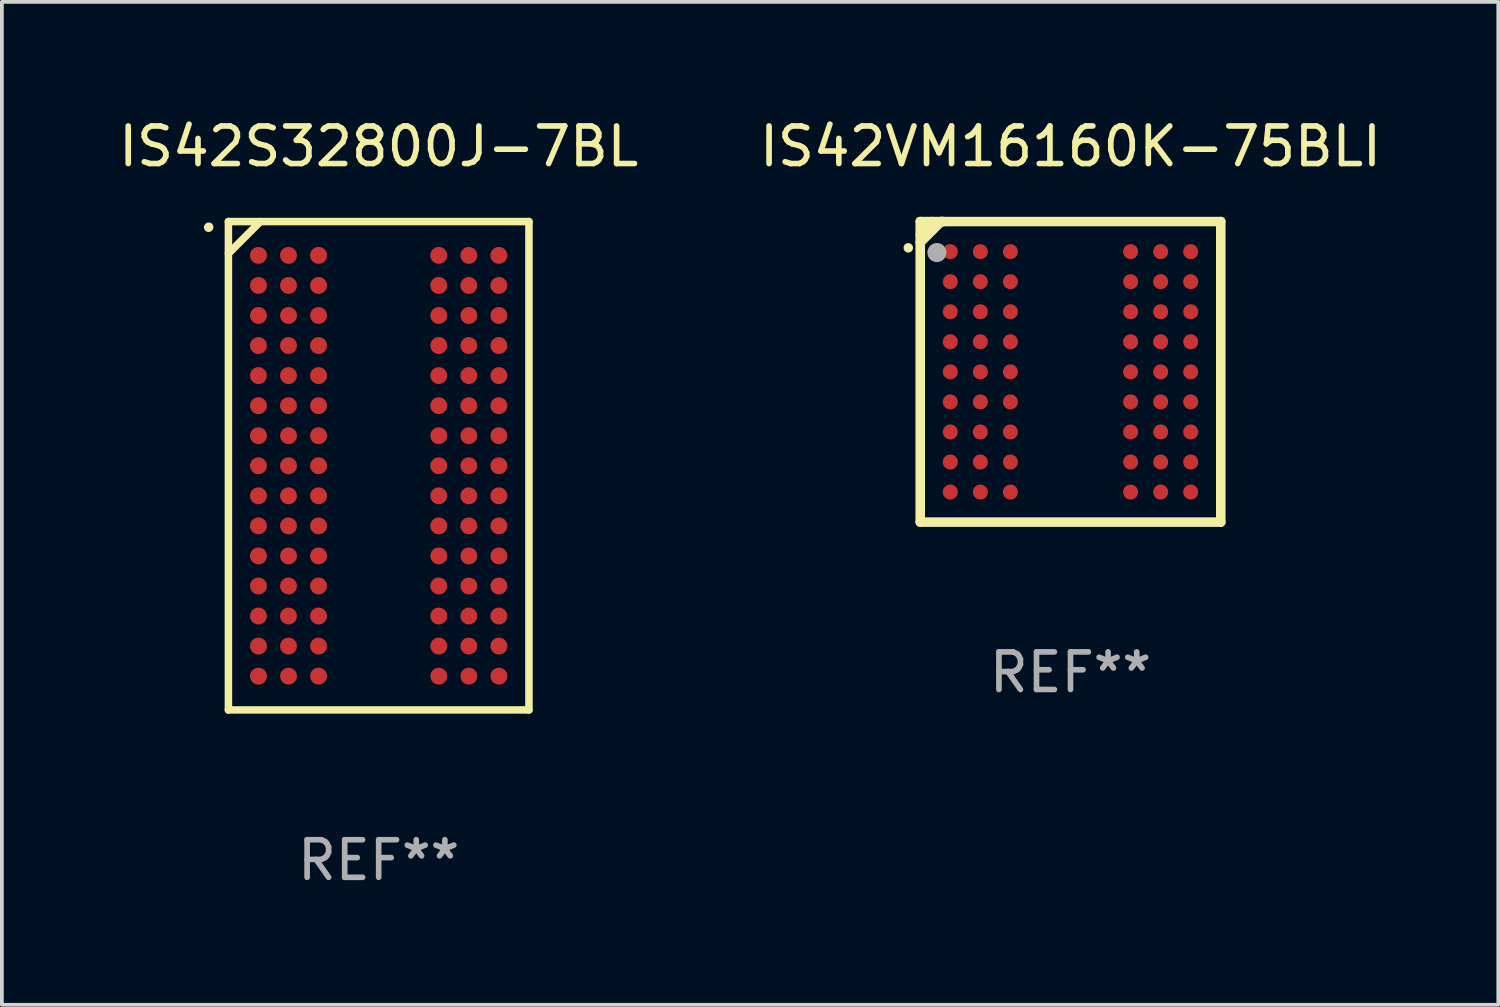
<source format=kicad_pcb>
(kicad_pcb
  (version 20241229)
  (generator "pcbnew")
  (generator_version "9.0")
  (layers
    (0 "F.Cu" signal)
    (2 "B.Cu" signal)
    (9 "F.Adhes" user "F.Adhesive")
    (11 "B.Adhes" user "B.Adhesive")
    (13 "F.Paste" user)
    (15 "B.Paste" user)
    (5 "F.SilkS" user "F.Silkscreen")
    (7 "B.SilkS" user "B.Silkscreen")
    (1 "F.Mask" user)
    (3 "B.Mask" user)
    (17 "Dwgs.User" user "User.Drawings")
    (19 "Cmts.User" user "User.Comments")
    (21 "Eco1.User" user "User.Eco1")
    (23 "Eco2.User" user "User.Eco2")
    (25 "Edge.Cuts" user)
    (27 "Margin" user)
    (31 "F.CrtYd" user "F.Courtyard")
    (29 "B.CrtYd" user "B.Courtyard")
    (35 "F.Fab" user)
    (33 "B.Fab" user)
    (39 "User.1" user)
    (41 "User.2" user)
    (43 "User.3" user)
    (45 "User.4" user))
  (footprint "IS42S32800J-7BL"
    (layer "F.Cu")
    (at 7.03 9.348)
    (property "Reference" "IS42S32800J-7BL" (at 0 -8.5 0) (layer "F.SilkS") (effects (font (size 1 1) (thickness 0.15))))
    (attr through_hole)
    (fp_line (start -4 -6.5) (end 4 -6.5) (stroke (width 0.2) (type solid)) (layer "F.SilkS"))
    (fp_line (start -4 -5.649) (end -3.149 -6.5) (stroke (width 0.2) (type solid)) (layer "F.SilkS"))
    (fp_line (start -4 6.5) (end -4 -6.5) (stroke (width 0.2) (type solid)) (layer "F.SilkS"))
    (fp_line (start 4 -6.5) (end 4 6.5) (stroke (width 0.2) (type solid)) (layer "F.SilkS"))
    (fp_line (start 4 6.5) (end -4 6.5) (stroke (width 0.2) (type solid)) (layer "F.SilkS"))
    (fp_arc (start -4.526289 -6.347485) (mid -4.525032 -6.348768) (end -4.523749 -6.350025) (stroke (width 0.25) (type solid)) (layer "F.SilkS"))
    (fp_circle (center -4 -6.5) (end -3.97 -6.5) (stroke (width 0.06) (type solid)) (fill no) (layer "F.SilkS"))
    (fp_text user "REF**" (at 0 10.5 0) (layer "F.Fab") (effects (font (size 1 1) (thickness 0.15))))
    (pad "A1" smd circle (at -3.2 -5.6) (size 0.45 0.45) (layers "F.Cu" "F.Mask" "F.Paste"))
    (pad "A2" smd circle (at -2.4 -5.6) (size 0.45 0.45) (layers "F.Cu" "F.Mask" "F.Paste"))
    (pad "A3" smd circle (at -1.6 -5.6) (size 0.45 0.45) (layers "F.Cu" "F.Mask" "F.Paste"))
    (pad "A7" smd circle (at 1.6 -5.6) (size 0.45 0.45) (layers "F.Cu" "F.Mask" "F.Paste"))
    (pad "A8" smd circle (at 2.4 -5.6) (size 0.45 0.45) (layers "F.Cu" "F.Mask" "F.Paste"))
    (pad "A9" smd circle (at 3.2 -5.6) (size 0.45 0.45) (layers "F.Cu" "F.Mask" "F.Paste"))
    (pad "B1" smd circle (at -3.2 -4.8) (size 0.45 0.45) (layers "F.Cu" "F.Mask" "F.Paste"))
    (pad "B2" smd circle (at -2.4 -4.8) (size 0.45 0.45) (layers "F.Cu" "F.Mask" "F.Paste"))
    (pad "B3" smd circle (at -1.6 -4.8) (size 0.45 0.45) (layers "F.Cu" "F.Mask" "F.Paste"))
    (pad "B7" smd circle (at 1.6 -4.8) (size 0.45 0.45) (layers "F.Cu" "F.Mask" "F.Paste"))
    (pad "B8" smd circle (at 2.4 -4.8) (size 0.45 0.45) (layers "F.Cu" "F.Mask" "F.Paste"))
    (pad "B9" smd circle (at 3.2 -4.8) (size 0.45 0.45) (layers "F.Cu" "F.Mask" "F.Paste"))
    (pad "C1" smd circle (at -3.2 -4) (size 0.45 0.45) (layers "F.Cu" "F.Mask" "F.Paste"))
    (pad "C2" smd circle (at -2.4 -4) (size 0.45 0.45) (layers "F.Cu" "F.Mask" "F.Paste"))
    (pad "C3" smd circle (at -1.6 -4) (size 0.45 0.45) (layers "F.Cu" "F.Mask" "F.Paste"))
    (pad "C7" smd circle (at 1.6 -4) (size 0.45 0.45) (layers "F.Cu" "F.Mask" "F.Paste"))
    (pad "C8" smd circle (at 2.4 -4) (size 0.45 0.45) (layers "F.Cu" "F.Mask" "F.Paste"))
    (pad "C9" smd circle (at 3.2 -4) (size 0.45 0.45) (layers "F.Cu" "F.Mask" "F.Paste"))
    (pad "D1" smd circle (at -3.2 -3.2) (size 0.45 0.45) (layers "F.Cu" "F.Mask" "F.Paste"))
    (pad "D2" smd circle (at -2.4 -3.2) (size 0.45 0.45) (layers "F.Cu" "F.Mask" "F.Paste"))
    (pad "D3" smd circle (at -1.6 -3.2) (size 0.45 0.45) (layers "F.Cu" "F.Mask" "F.Paste"))
    (pad "D7" smd circle (at 1.6 -3.2) (size 0.45 0.45) (layers "F.Cu" "F.Mask" "F.Paste"))
    (pad "D8" smd circle (at 2.4 -3.2) (size 0.45 0.45) (layers "F.Cu" "F.Mask" "F.Paste"))
    (pad "D9" smd circle (at 3.2 -3.2) (size 0.45 0.45) (layers "F.Cu" "F.Mask" "F.Paste"))
    (pad "E1" smd circle (at -3.2 -2.4) (size 0.45 0.45) (layers "F.Cu" "F.Mask" "F.Paste"))
    (pad "E2" smd circle (at -2.4 -2.4) (size 0.45 0.45) (layers "F.Cu" "F.Mask" "F.Paste"))
    (pad "E3" smd circle (at -1.6 -2.4) (size 0.45 0.45) (layers "F.Cu" "F.Mask" "F.Paste"))
    (pad "E7" smd circle (at 1.6 -2.4) (size 0.45 0.45) (layers "F.Cu" "F.Mask" "F.Paste"))
    (pad "E8" smd circle (at 2.4 -2.4) (size 0.45 0.45) (layers "F.Cu" "F.Mask" "F.Paste"))
    (pad "E9" smd circle (at 3.2 -2.4) (size 0.45 0.45) (layers "F.Cu" "F.Mask" "F.Paste"))
    (pad "F1" smd circle (at -3.2 -1.6) (size 0.45 0.45) (layers "F.Cu" "F.Mask" "F.Paste"))
    (pad "F2" smd circle (at -2.4 -1.6) (size 0.45 0.45) (layers "F.Cu" "F.Mask" "F.Paste"))
    (pad "F3" smd circle (at -1.6 -1.6) (size 0.45 0.45) (layers "F.Cu" "F.Mask" "F.Paste"))
    (pad "F7" smd circle (at 1.6 -1.6) (size 0.45 0.45) (layers "F.Cu" "F.Mask" "F.Paste"))
    (pad "F8" smd circle (at 2.4 -1.6) (size 0.45 0.45) (layers "F.Cu" "F.Mask" "F.Paste"))
    (pad "F9" smd circle (at 3.2 -1.6) (size 0.45 0.45) (layers "F.Cu" "F.Mask" "F.Paste"))
    (pad "G1" smd circle (at -3.2 -0.8) (size 0.45 0.45) (layers "F.Cu" "F.Mask" "F.Paste"))
    (pad "G2" smd circle (at -2.4 -0.8) (size 0.45 0.45) (layers "F.Cu" "F.Mask" "F.Paste"))
    (pad "G3" smd circle (at -1.6 -0.8) (size 0.45 0.45) (layers "F.Cu" "F.Mask" "F.Paste"))
    (pad "G7" smd circle (at 1.6 -0.8) (size 0.45 0.45) (layers "F.Cu" "F.Mask" "F.Paste"))
    (pad "G8" smd circle (at 2.4 -0.8) (size 0.45 0.45) (layers "F.Cu" "F.Mask" "F.Paste"))
    (pad "G9" smd circle (at 3.2 -0.8) (size 0.45 0.45) (layers "F.Cu" "F.Mask" "F.Paste"))
    (pad "H1" smd circle (at -3.2 -0.000013) (size 0.45 0.45) (layers "F.Cu" "F.Mask" "F.Paste"))
    (pad "H2" smd circle (at -2.4 -0.000013) (size 0.45 0.45) (layers "F.Cu" "F.Mask" "F.Paste"))
    (pad "H3" smd circle (at -1.6 -0.000013) (size 0.45 0.45) (layers "F.Cu" "F.Mask" "F.Paste"))
    (pad "H7" smd circle (at 1.6 -0.000013) (size 0.45 0.45) (layers "F.Cu" "F.Mask" "F.Paste"))
    (pad "H8" smd circle (at 2.4 -0.000013) (size 0.45 0.45) (layers "F.Cu" "F.Mask" "F.Paste"))
    (pad "H9" smd circle (at 3.2 -0.000013) (size 0.45 0.45) (layers "F.Cu" "F.Mask" "F.Paste"))
    (pad "J1" smd circle (at -3.2 0.8) (size 0.45 0.45) (layers "F.Cu" "F.Mask" "F.Paste"))
    (pad "J2" smd circle (at -2.4 0.8) (size 0.45 0.45) (layers "F.Cu" "F.Mask" "F.Paste"))
    (pad "J3" smd circle (at -1.6 0.8) (size 0.45 0.45) (layers "F.Cu" "F.Mask" "F.Paste"))
    (pad "J7" smd circle (at 1.6 0.8) (size 0.45 0.45) (layers "F.Cu" "F.Mask" "F.Paste"))
    (pad "J8" smd circle (at 2.4 0.8) (size 0.45 0.45) (layers "F.Cu" "F.Mask" "F.Paste"))
    (pad "J9" smd circle (at 3.2 0.8) (size 0.45 0.45) (layers "F.Cu" "F.Mask" "F.Paste"))
    (pad "K1" smd circle (at -3.2 1.6) (size 0.45 0.45) (layers "F.Cu" "F.Mask" "F.Paste"))
    (pad "K2" smd circle (at -2.4 1.6) (size 0.45 0.45) (layers "F.Cu" "F.Mask" "F.Paste"))
    (pad "K3" smd circle (at -1.6 1.6) (size 0.45 0.45) (layers "F.Cu" "F.Mask" "F.Paste"))
    (pad "K7" smd circle (at 1.6 1.6) (size 0.45 0.45) (layers "F.Cu" "F.Mask" "F.Paste"))
    (pad "K8" smd circle (at 2.4 1.6) (size 0.45 0.45) (layers "F.Cu" "F.Mask" "F.Paste"))
    (pad "K9" smd circle (at 3.2 1.6) (size 0.45 0.45) (layers "F.Cu" "F.Mask" "F.Paste"))
    (pad "L1" smd circle (at -3.2 2.4) (size 0.45 0.45) (layers "F.Cu" "F.Mask" "F.Paste"))
    (pad "L2" smd circle (at -2.4 2.4) (size 0.45 0.45) (layers "F.Cu" "F.Mask" "F.Paste"))
    (pad "L3" smd circle (at -1.6 2.4) (size 0.45 0.45) (layers "F.Cu" "F.Mask" "F.Paste"))
    (pad "L7" smd circle (at 1.6 2.4) (size 0.45 0.45) (layers "F.Cu" "F.Mask" "F.Paste"))
    (pad "L8" smd circle (at 2.4 2.4) (size 0.45 0.45) (layers "F.Cu" "F.Mask" "F.Paste"))
    (pad "L9" smd circle (at 3.2 2.4) (size 0.45 0.45) (layers "F.Cu" "F.Mask" "F.Paste"))
    (pad "M1" smd circle (at -3.2 3.2) (size 0.45 0.45) (layers "F.Cu" "F.Mask" "F.Paste"))
    (pad "M2" smd circle (at -2.4 3.2) (size 0.45 0.45) (layers "F.Cu" "F.Mask" "F.Paste"))
    (pad "M3" smd circle (at -1.6 3.2) (size 0.45 0.45) (layers "F.Cu" "F.Mask" "F.Paste"))
    (pad "M7" smd circle (at 1.6 3.2) (size 0.45 0.45) (layers "F.Cu" "F.Mask" "F.Paste"))
    (pad "M8" smd circle (at 2.4 3.2) (size 0.45 0.45) (layers "F.Cu" "F.Mask" "F.Paste"))
    (pad "M9" smd circle (at 3.2 3.2) (size 0.45 0.45) (layers "F.Cu" "F.Mask" "F.Paste"))
    (pad "N1" smd circle (at -3.2 4) (size 0.45 0.45) (layers "F.Cu" "F.Mask" "F.Paste"))
    (pad "N2" smd circle (at -2.4 4) (size 0.45 0.45) (layers "F.Cu" "F.Mask" "F.Paste"))
    (pad "N3" smd circle (at -1.6 4) (size 0.45 0.45) (layers "F.Cu" "F.Mask" "F.Paste"))
    (pad "N7" smd circle (at 1.6 4) (size 0.45 0.45) (layers "F.Cu" "F.Mask" "F.Paste"))
    (pad "N8" smd circle (at 2.4 4) (size 0.45 0.45) (layers "F.Cu" "F.Mask" "F.Paste"))
    (pad "N9" smd circle (at 3.2 4) (size 0.45 0.45) (layers "F.Cu" "F.Mask" "F.Paste"))
    (pad "P1" smd circle (at -3.2 4.8) (size 0.45 0.45) (layers "F.Cu" "F.Mask" "F.Paste"))
    (pad "P2" smd circle (at -2.4 4.8) (size 0.45 0.45) (layers "F.Cu" "F.Mask" "F.Paste"))
    (pad "P3" smd circle (at -1.6 4.8) (size 0.45 0.45) (layers "F.Cu" "F.Mask" "F.Paste"))
    (pad "P7" smd circle (at 1.6 4.8) (size 0.45 0.45) (layers "F.Cu" "F.Mask" "F.Paste"))
    (pad "P8" smd circle (at 2.4 4.8) (size 0.45 0.45) (layers "F.Cu" "F.Mask" "F.Paste"))
    (pad "P9" smd circle (at 3.2 4.8) (size 0.45 0.45) (layers "F.Cu" "F.Mask" "F.Paste"))
    (pad "R1" smd circle (at -3.2 5.6) (size 0.45 0.45) (layers "F.Cu" "F.Mask" "F.Paste"))
    (pad "R2" smd circle (at -2.4 5.6) (size 0.45 0.45) (layers "F.Cu" "F.Mask" "F.Paste"))
    (pad "R3" smd circle (at -1.6 5.6) (size 0.45 0.45) (layers "F.Cu" "F.Mask" "F.Paste"))
    (pad "R7" smd circle (at 1.6 5.6) (size 0.45 0.45) (layers "F.Cu" "F.Mask" "F.Paste"))
    (pad "R8" smd circle (at 2.4 5.6) (size 0.45 0.45) (layers "F.Cu" "F.Mask" "F.Paste"))
    (pad "R9" smd circle (at 3.2 5.6) (size 0.45 0.45) (layers "F.Cu" "F.Mask" "F.Paste")))
  (footprint "IS42VM16160K-75BLI"
    (layer "F.Cu")
    (at 25.446 6.848)
    (property "Reference" "IS42VM16160K-75BLI" (at 0 -6 0) (layer "F.SilkS") (effects (font (size 1 1) (thickness 0.15))))
    (attr through_hole)
    (fp_line (start -4 -4) (end 4 -4) (stroke (width 0.254) (type solid)) (layer "F.SilkS"))
    (fp_line (start -4 4) (end -4 -4) (stroke (width 0.254) (type solid)) (layer "F.SilkS"))
    (fp_line (start -3.67 -4) (end -3.67 -3.975) (stroke (width 0.254) (type solid)) (layer "F.SilkS"))
    (fp_line (start -3.67 -3.975) (end -4 -3.645) (stroke (width 0.254) (type solid)) (layer "F.SilkS"))
    (fp_line (start -3.444 -4) (end -4 -3.444) (stroke (width 0.254) (type solid)) (layer "F.SilkS"))
    (fp_line (start -3.383 -4) (end -3.444 -4) (stroke (width 0.254) (type solid)) (layer "F.SilkS"))
    (fp_line (start 4 -4) (end 4 4) (stroke (width 0.254) (type solid)) (layer "F.SilkS"))
    (fp_line (start 4 4) (end -4 4) (stroke (width 0.254) (type solid)) (layer "F.SilkS"))
    (fp_arc (start -4.318009 -3.299467) (mid -4.318015 -3.300737) (end -4.318009 -3.302007) (stroke (width 0.25) (type solid)) (layer "F.SilkS"))
    (fp_circle (center -4 -4) (end -3.97 -4) (stroke (width 0.06) (type solid)) (fill no) (layer "F.SilkS"))
    (fp_circle (center -3.556 -3.175) (end -3.429 -3.175) (stroke (width 0.254) (type solid)) (fill no) (layer "F.Fab"))
    (fp_text user "REF**" (at 0 8 0) (layer "F.Fab") (effects (font (size 1 1) (thickness 0.15))))
    (pad "A1" smd circle (at -3.2 -3.2) (size 0.4 0.4) (layers "F.Cu" "F.Mask" "F.Paste"))
    (pad "A2" smd circle (at -2.4 -3.2) (size 0.4 0.4) (layers "F.Cu" "F.Mask" "F.Paste"))
    (pad "A3" smd circle (at -1.6 -3.2) (size 0.4 0.4) (layers "F.Cu" "F.Mask" "F.Paste"))
    (pad "A7" smd circle (at 1.6 -3.2) (size 0.4 0.4) (layers "F.Cu" "F.Mask" "F.Paste"))
    (pad "A8" smd circle (at 2.4 -3.2) (size 0.4 0.4) (layers "F.Cu" "F.Mask" "F.Paste"))
    (pad "A9" smd circle (at 3.2 -3.2) (size 0.4 0.4) (layers "F.Cu" "F.Mask" "F.Paste"))
    (pad "B1" smd circle (at -3.2 -2.4) (size 0.4 0.4) (layers "F.Cu" "F.Mask" "F.Paste"))
    (pad "B2" smd circle (at -2.4 -2.4) (size 0.4 0.4) (layers "F.Cu" "F.Mask" "F.Paste"))
    (pad "B3" smd circle (at -1.6 -2.4) (size 0.4 0.4) (layers "F.Cu" "F.Mask" "F.Paste"))
    (pad "B7" smd circle (at 1.6 -2.4) (size 0.4 0.4) (layers "F.Cu" "F.Mask" "F.Paste"))
    (pad "B8" smd circle (at 2.4 -2.4) (size 0.4 0.4) (layers "F.Cu" "F.Mask" "F.Paste"))
    (pad "B9" smd circle (at 3.2 -2.4) (size 0.4 0.4) (layers "F.Cu" "F.Mask" "F.Paste"))
    (pad "C1" smd circle (at -3.2 -1.6) (size 0.4 0.4) (layers "F.Cu" "F.Mask" "F.Paste"))
    (pad "C2" smd circle (at -2.4 -1.6) (size 0.4 0.4) (layers "F.Cu" "F.Mask" "F.Paste"))
    (pad "C3" smd circle (at -1.6 -1.6) (size 0.4 0.4) (layers "F.Cu" "F.Mask" "F.Paste"))
    (pad "C7" smd circle (at 1.6 -1.6) (size 0.4 0.4) (layers "F.Cu" "F.Mask" "F.Paste"))
    (pad "C8" smd circle (at 2.4 -1.6) (size 0.4 0.4) (layers "F.Cu" "F.Mask" "F.Paste"))
    (pad "C9" smd circle (at 3.2 -1.6) (size 0.4 0.4) (layers "F.Cu" "F.Mask" "F.Paste"))
    (pad "D1" smd circle (at -3.2 -0.8) (size 0.4 0.4) (layers "F.Cu" "F.Mask" "F.Paste"))
    (pad "D2" smd circle (at -2.4 -0.8) (size 0.4 0.4) (layers "F.Cu" "F.Mask" "F.Paste"))
    (pad "D3" smd circle (at -1.6 -0.8) (size 0.4 0.4) (layers "F.Cu" "F.Mask" "F.Paste"))
    (pad "D7" smd circle (at 1.6 -0.8) (size 0.4 0.4) (layers "F.Cu" "F.Mask" "F.Paste"))
    (pad "D8" smd circle (at 2.4 -0.8) (size 0.4 0.4) (layers "F.Cu" "F.Mask" "F.Paste"))
    (pad "D9" smd circle (at 3.2 -0.8) (size 0.4 0.4) (layers "F.Cu" "F.Mask" "F.Paste"))
    (pad "E1" smd circle (at -3.2 -0.000127) (size 0.4 0.4) (layers "F.Cu" "F.Mask" "F.Paste"))
    (pad "E2" smd circle (at -2.4 -0.000127) (size 0.4 0.4) (layers "F.Cu" "F.Mask" "F.Paste"))
    (pad "E3" smd circle (at -1.6 -0.000127) (size 0.4 0.4) (layers "F.Cu" "F.Mask" "F.Paste"))
    (pad "E7" smd circle (at 1.6 -0.000127) (size 0.4 0.4) (layers "F.Cu" "F.Mask" "F.Paste"))
    (pad "E8" smd circle (at 2.4 -0.000127) (size 0.4 0.4) (layers "F.Cu" "F.Mask" "F.Paste"))
    (pad "E9" smd circle (at 3.2 -0.000127) (size 0.4 0.4) (layers "F.Cu" "F.Mask" "F.Paste"))
    (pad "F1" smd circle (at -3.2 0.8) (size 0.4 0.4) (layers "F.Cu" "F.Mask" "F.Paste"))
    (pad "F2" smd circle (at -2.4 0.8) (size 0.4 0.4) (layers "F.Cu" "F.Mask" "F.Paste"))
    (pad "F3" smd circle (at -1.6 0.8) (size 0.4 0.4) (layers "F.Cu" "F.Mask" "F.Paste"))
    (pad "F7" smd circle (at 1.6 0.8) (size 0.4 0.4) (layers "F.Cu" "F.Mask" "F.Paste"))
    (pad "F8" smd circle (at 2.4 0.8) (size 0.4 0.4) (layers "F.Cu" "F.Mask" "F.Paste"))
    (pad "F9" smd circle (at 3.2 0.8) (size 0.4 0.4) (layers "F.Cu" "F.Mask" "F.Paste"))
    (pad "G1" smd circle (at -3.2 1.6) (size 0.4 0.4) (layers "F.Cu" "F.Mask" "F.Paste"))
    (pad "G2" smd circle (at -2.4 1.6) (size 0.4 0.4) (layers "F.Cu" "F.Mask" "F.Paste"))
    (pad "G3" smd circle (at -1.6 1.6) (size 0.4 0.4) (layers "F.Cu" "F.Mask" "F.Paste"))
    (pad "G7" smd circle (at 1.6 1.6) (size 0.4 0.4) (layers "F.Cu" "F.Mask" "F.Paste"))
    (pad "G8" smd circle (at 2.4 1.6) (size 0.4 0.4) (layers "F.Cu" "F.Mask" "F.Paste"))
    (pad "G9" smd circle (at 3.2 1.6) (size 0.4 0.4) (layers "F.Cu" "F.Mask" "F.Paste"))
    (pad "H1" smd circle (at -3.2 2.4) (size 0.4 0.4) (layers "F.Cu" "F.Mask" "F.Paste"))
    (pad "H2" smd circle (at -2.4 2.4) (size 0.4 0.4) (layers "F.Cu" "F.Mask" "F.Paste"))
    (pad "H3" smd circle (at -1.6 2.4) (size 0.4 0.4) (layers "F.Cu" "F.Mask" "F.Paste"))
    (pad "H7" smd circle (at 1.6 2.4) (size 0.4 0.4) (layers "F.Cu" "F.Mask" "F.Paste"))
    (pad "H8" smd circle (at 2.4 2.4) (size 0.4 0.4) (layers "F.Cu" "F.Mask" "F.Paste"))
    (pad "H9" smd circle (at 3.2 2.4) (size 0.4 0.4) (layers "F.Cu" "F.Mask" "F.Paste"))
    (pad "J1" smd circle (at -3.2 3.2) (size 0.4 0.4) (layers "F.Cu" "F.Mask" "F.Paste"))
    (pad "J2" smd circle (at -2.4 3.2) (size 0.4 0.4) (layers "F.Cu" "F.Mask" "F.Paste"))
    (pad "J3" smd circle (at -1.6 3.2) (size 0.4 0.4) (layers "F.Cu" "F.Mask" "F.Paste"))
    (pad "J7" smd circle (at 1.6 3.2) (size 0.4 0.4) (layers "F.Cu" "F.Mask" "F.Paste"))
    (pad "J8" smd circle (at 2.4 3.2) (size 0.4 0.4) (layers "F.Cu" "F.Mask" "F.Paste"))
    (pad "J9" smd circle (at 3.2 3.2) (size 0.4 0.4) (layers "F.Cu" "F.Mask" "F.Paste")))
  (gr_rect
    (start -3 -3)
    (end 36.833 23.697)
    (stroke (width 0.1) (type default))
    (fill no)
    (layer "Edge.Cuts")))
</source>
